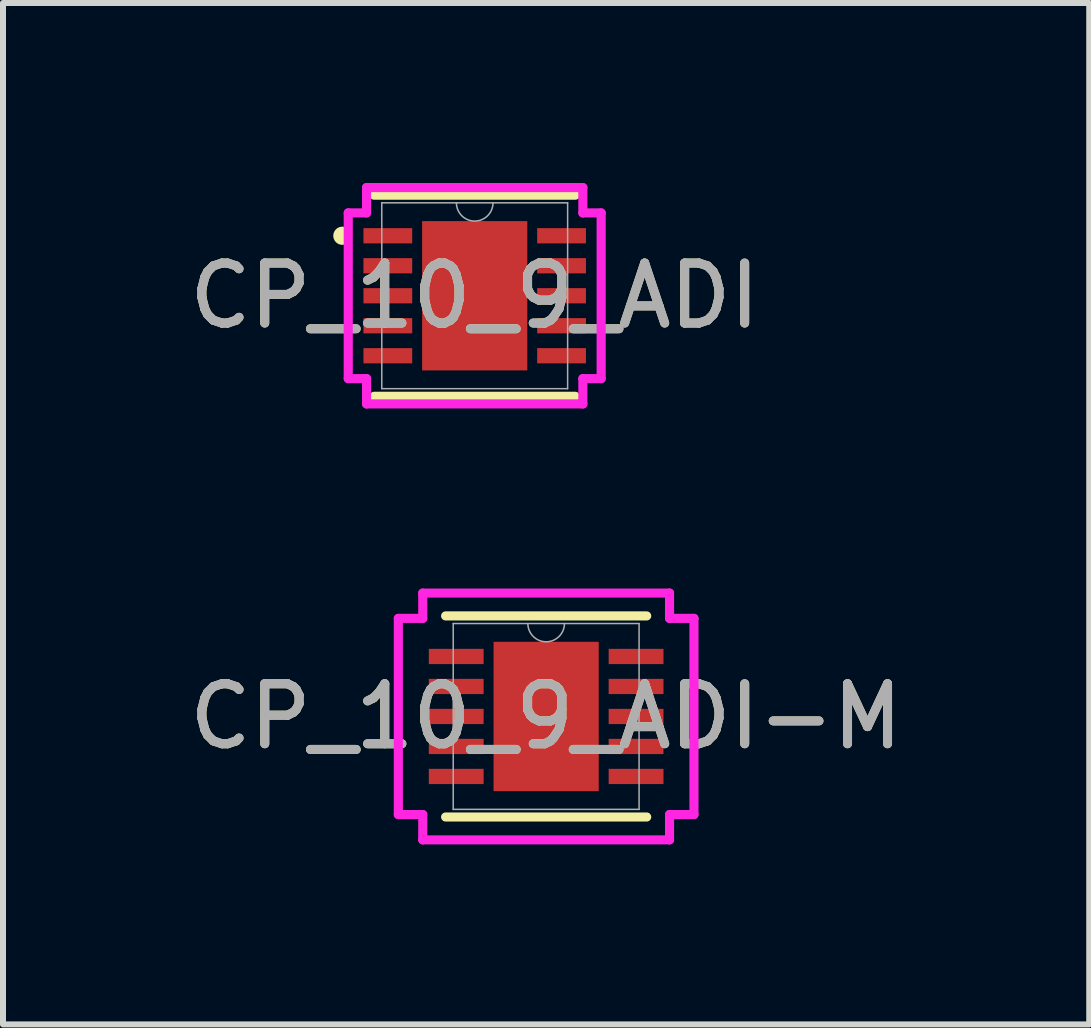
<source format=kicad_pcb>
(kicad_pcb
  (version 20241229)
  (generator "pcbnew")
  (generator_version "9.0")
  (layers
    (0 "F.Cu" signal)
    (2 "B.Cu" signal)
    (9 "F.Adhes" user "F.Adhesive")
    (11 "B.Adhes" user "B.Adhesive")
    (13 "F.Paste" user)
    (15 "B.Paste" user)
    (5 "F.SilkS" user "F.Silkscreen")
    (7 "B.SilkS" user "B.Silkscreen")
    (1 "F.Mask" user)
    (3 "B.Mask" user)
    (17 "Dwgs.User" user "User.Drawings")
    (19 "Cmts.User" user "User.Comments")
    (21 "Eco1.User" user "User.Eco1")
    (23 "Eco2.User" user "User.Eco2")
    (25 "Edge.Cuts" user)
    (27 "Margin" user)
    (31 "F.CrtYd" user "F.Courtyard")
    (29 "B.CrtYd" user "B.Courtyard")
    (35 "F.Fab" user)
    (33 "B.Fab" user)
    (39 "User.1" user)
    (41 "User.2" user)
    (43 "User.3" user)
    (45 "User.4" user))
  (footprint "CP_10_9_ADI"
    (layer "F.Cu")
    (at 4.863 1.88)
    (property "Reference" "CP_10_9_ADI" (at 0 0 0) (unlocked yes) (layer "F.SilkS") (effects (font (size 1 1) (thickness 0.15))))
    (attr smd)
    (fp_line (start -1.676 1.676) (end 1.676 1.676) (stroke (width 0.152) (type solid)) (layer "F.SilkS"))
    (fp_line (start 1.676 -1.676) (end -1.676 -1.676) (stroke (width 0.152) (type solid)) (layer "F.SilkS"))
    (fp_arc (start -2.18694 -0.926171) (mid -2.282 -1) (end -2.18694 -1.073829) (stroke (width 0.1524) (type solid)) (layer "F.SilkS"))
    (fp_line (start -2.108 -1.381) (end -1.803 -1.381) (stroke (width 0.152) (type solid)) (layer "F.CrtYd"))
    (fp_line (start -2.108 1.381) (end -2.108 -1.381) (stroke (width 0.152) (type solid)) (layer "F.CrtYd"))
    (fp_line (start -2.108 1.381) (end -1.803 1.381) (stroke (width 0.152) (type solid)) (layer "F.CrtYd"))
    (fp_line (start -1.803 -1.803) (end 1.803 -1.803) (stroke (width 0.152) (type solid)) (layer "F.CrtYd"))
    (fp_line (start -1.803 -1.381) (end -1.803 -1.803) (stroke (width 0.152) (type solid)) (layer "F.CrtYd"))
    (fp_line (start -1.803 1.803) (end -1.803 1.381) (stroke (width 0.152) (type solid)) (layer "F.CrtYd"))
    (fp_line (start 1.803 -1.803) (end 1.803 -1.381) (stroke (width 0.152) (type solid)) (layer "F.CrtYd"))
    (fp_line (start 1.803 1.381) (end 1.803 1.803) (stroke (width 0.152) (type solid)) (layer "F.CrtYd"))
    (fp_line (start 1.803 1.803) (end -1.803 1.803) (stroke (width 0.152) (type solid)) (layer "F.CrtYd"))
    (fp_line (start 2.108 -1.381) (end 1.803 -1.381) (stroke (width 0.152) (type solid)) (layer "F.CrtYd"))
    (fp_line (start 2.108 -1.381) (end 2.108 1.381) (stroke (width 0.152) (type solid)) (layer "F.CrtYd"))
    (fp_line (start 2.108 1.381) (end 1.803 1.381) (stroke (width 0.152) (type solid)) (layer "F.CrtYd"))
    (fp_line (start -1.549 -1.549) (end -1.549 1.549) (stroke (width 0.025) (type solid)) (layer "F.Fab"))
    (fp_line (start -1.549 1.549) (end 1.549 1.549) (stroke (width 0.025) (type solid)) (layer "F.Fab"))
    (fp_line (start 1.549 -1.549) (end -1.549 -1.549) (stroke (width 0.025) (type solid)) (layer "F.Fab"))
    (fp_line (start 1.549 1.549) (end 1.549 -1.549) (stroke (width 0.025) (type solid)) (layer "F.Fab"))
    (fp_arc (start 0.3048 -1.5494) (mid 0 -1.2446) (end -0.3048 -1.5494) (stroke (width 0.0254) (type solid)) (layer "F.Fab"))
    (fp_text user "${REFERENCE}" (at 0 0 0) (unlocked yes) (layer "F.Fab") (effects (font (size 1 1) (thickness 0.15))))
    (pad "1" smd rect (at -1.448 -1) (size 0.813 0.254) (layers "F.Cu" "F.Mask" "F.Paste"))
    (pad "2" smd rect (at -1.448 -0.5) (size 0.813 0.254) (layers "F.Cu" "F.Mask" "F.Paste"))
    (pad "3" smd rect (at -1.448 0) (size 0.813 0.254) (layers "F.Cu" "F.Mask" "F.Paste"))
    (pad "4" smd rect (at -1.448 0.5) (size 0.813 0.254) (layers "F.Cu" "F.Mask" "F.Paste"))
    (pad "5" smd rect (at -1.448 1) (size 0.813 0.254) (layers "F.Cu" "F.Mask" "F.Paste"))
    (pad "6" smd rect (at 1.448 1) (size 0.813 0.254) (layers "F.Cu" "F.Mask" "F.Paste"))
    (pad "7" smd rect (at 1.448 0.5) (size 0.813 0.254) (layers "F.Cu" "F.Mask" "F.Paste"))
    (pad "8" smd rect (at 1.448 0) (size 0.813 0.254) (layers "F.Cu" "F.Mask" "F.Paste"))
    (pad "9" smd rect (at 1.448 -0.5) (size 0.813 0.254) (layers "F.Cu" "F.Mask" "F.Paste"))
    (pad "10" smd rect (at 1.448 -1) (size 0.813 0.254) (layers "F.Cu" "F.Mask" "F.Paste"))
    (pad "11" smd rect (at 0 0) (size 1.753 2.489) (layers "F.Cu" "F.Mask" "F.Paste")))
  (footprint "CP_10_9_ADI-M"
    (layer "F.Cu")
    (at 6.054 8.893)
    (property "Reference" "CP_10_9_ADI-M" (at 0 0 0) (unlocked yes) (layer "F.SilkS") (effects (font (size 1 1) (thickness 0.15))))
    (attr smd)
    (fp_line (start -1.676 1.676) (end 1.676 1.676) (stroke (width 0.152) (type solid)) (layer "F.SilkS"))
    (fp_line (start 1.676 -1.676) (end -1.676 -1.676) (stroke (width 0.152) (type solid)) (layer "F.SilkS"))
    (fp_line (start -2.464 -1.635) (end -2.057 -1.635) (stroke (width 0.152) (type solid)) (layer "F.CrtYd"))
    (fp_line (start -2.464 1.635) (end -2.464 -1.635) (stroke (width 0.152) (type solid)) (layer "F.CrtYd"))
    (fp_line (start -2.464 1.635) (end -2.057 1.635) (stroke (width 0.152) (type solid)) (layer "F.CrtYd"))
    (fp_line (start -2.057 -2.057) (end 2.057 -2.057) (stroke (width 0.152) (type solid)) (layer "F.CrtYd"))
    (fp_line (start -2.057 -1.635) (end -2.057 -2.057) (stroke (width 0.152) (type solid)) (layer "F.CrtYd"))
    (fp_line (start -2.057 2.057) (end -2.057 1.635) (stroke (width 0.152) (type solid)) (layer "F.CrtYd"))
    (fp_line (start 2.057 -2.057) (end 2.057 -1.635) (stroke (width 0.152) (type solid)) (layer "F.CrtYd"))
    (fp_line (start 2.057 1.635) (end 2.057 2.057) (stroke (width 0.152) (type solid)) (layer "F.CrtYd"))
    (fp_line (start 2.057 2.057) (end -2.057 2.057) (stroke (width 0.152) (type solid)) (layer "F.CrtYd"))
    (fp_line (start 2.464 -1.635) (end 2.057 -1.635) (stroke (width 0.152) (type solid)) (layer "F.CrtYd"))
    (fp_line (start 2.464 -1.635) (end 2.464 1.635) (stroke (width 0.152) (type solid)) (layer "F.CrtYd"))
    (fp_line (start 2.464 1.635) (end 2.057 1.635) (stroke (width 0.152) (type solid)) (layer "F.CrtYd"))
    (fp_line (start -1.549 -1.549) (end -1.549 1.549) (stroke (width 0.025) (type solid)) (layer "F.Fab"))
    (fp_line (start -1.549 1.549) (end 1.549 1.549) (stroke (width 0.025) (type solid)) (layer "F.Fab"))
    (fp_line (start 1.549 -1.549) (end -1.549 -1.549) (stroke (width 0.025) (type solid)) (layer "F.Fab"))
    (fp_line (start 1.549 1.549) (end 1.549 -1.549) (stroke (width 0.025) (type solid)) (layer "F.Fab"))
    (fp_arc (start 0.3048 -1.5494) (mid 0 -1.2446) (end -0.3048 -1.5494) (stroke (width 0.0254) (type solid)) (layer "F.Fab"))
    (fp_text user "${REFERENCE}" (at 0 0 0) (unlocked yes) (layer "F.Fab") (effects (font (size 1 1) (thickness 0.15))))
    (pad "1" smd rect (at -1.499 -1) (size 0.914 0.254) (layers "F.Cu" "F.Mask" "F.Paste"))
    (pad "2" smd rect (at -1.499 -0.5) (size 0.914 0.254) (layers "F.Cu" "F.Mask" "F.Paste"))
    (pad "3" smd rect (at -1.499 0) (size 0.914 0.254) (layers "F.Cu" "F.Mask" "F.Paste"))
    (pad "4" smd rect (at -1.499 0.5) (size 0.914 0.254) (layers "F.Cu" "F.Mask" "F.Paste"))
    (pad "5" smd rect (at -1.499 1) (size 0.914 0.254) (layers "F.Cu" "F.Mask" "F.Paste"))
    (pad "6" smd rect (at 1.499 1) (size 0.914 0.254) (layers "F.Cu" "F.Mask" "F.Paste"))
    (pad "7" smd rect (at 1.499 0.5) (size 0.914 0.254) (layers "F.Cu" "F.Mask" "F.Paste"))
    (pad "8" smd rect (at 1.499 0) (size 0.914 0.254) (layers "F.Cu" "F.Mask" "F.Paste"))
    (pad "9" smd rect (at 1.499 -0.5) (size 0.914 0.254) (layers "F.Cu" "F.Mask" "F.Paste"))
    (pad "10" smd rect (at 1.499 -1) (size 0.914 0.254) (layers "F.Cu" "F.Mask" "F.Paste"))
    (pad "11" smd rect (at 0 0) (size 1.753 2.489) (layers "F.Cu" "F.Mask" "F.Paste")))
  (gr_rect
    (start -3 -3)
    (end 15.107 14.026)
    (stroke (width 0.1) (type default))
    (fill no)
    (layer "Edge.Cuts")))
</source>
